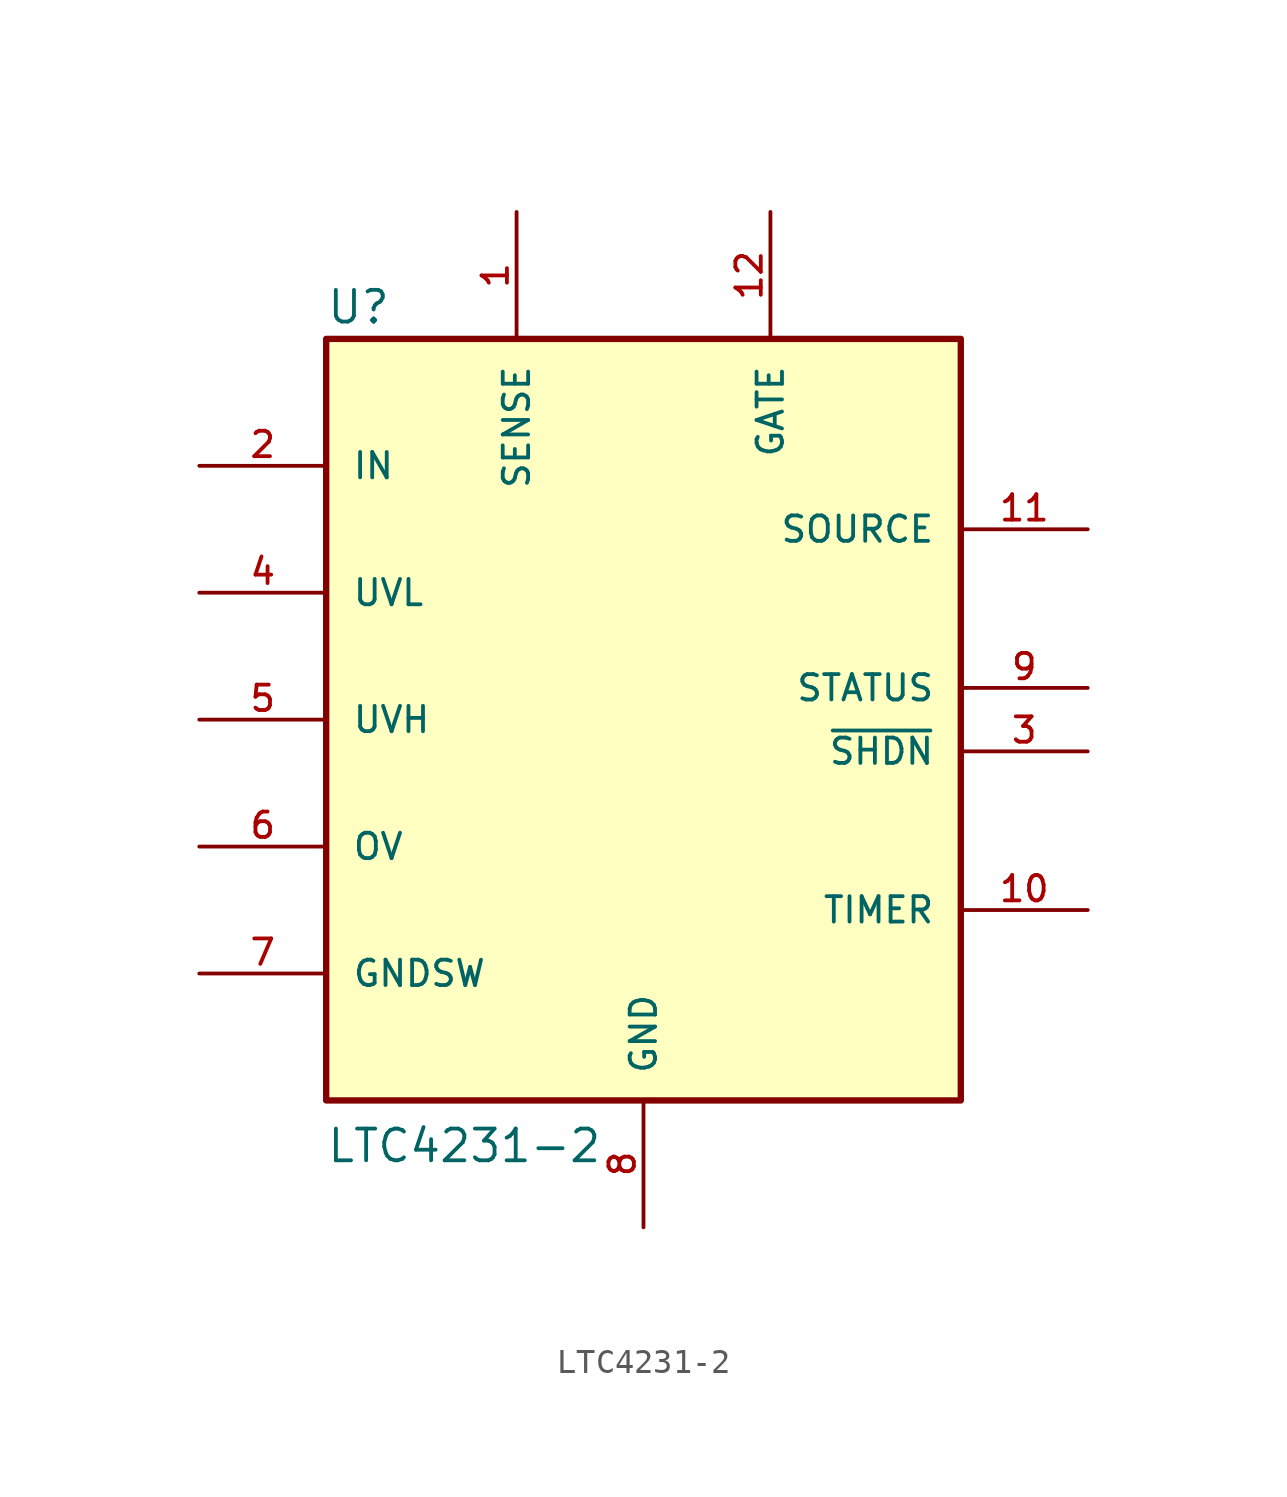
<source format=kicad_sym>
(kicad_symbol_lib
  (version 20220914)
  (generator kicad_symbol_editor)
  (symbol "LTC4231-2"
    (pin_names
      (offset 1.016))
    (property "Reference" "U"
      (at -12.717 15.769 0)
      (effects (font (size 1.27 1.27)) (justify left bottom)))
    (property "Value" "LTC4231-2"
      (at -12.714 -17.8 0)
      (effects (font (size 1.27 1.27)) (justify left bottom)))
    (symbol "LTC4231-2_0_0"
      (rectangle (start -12.7 15.24) (end 12.7 -15.24) (stroke (width 0.254) (type default)) (fill (type background)))
      (pin input line (at -5.08 20.32 270) (length 5.08) (name "SENSE" (effects (font (size 1.016 1.016)))) (number "1" (effects (font (size 1.016 1.016)))))
      (pin input line (at 17.78 -7.62 180) (length 5.08) (name "TIMER" (effects (font (size 1.016 1.016)))) (number "10" (effects (font (size 1.016 1.016)))))
      (pin bidirectional line (at 17.78 7.62 180) (length 5.08) (name "SOURCE" (effects (font (size 1.016 1.016)))) (number "11" (effects (font (size 1.016 1.016)))))
      (pin bidirectional line (at 5.08 20.32 270) (length 5.08) (name "GATE" (effects (font (size 1.016 1.016)))) (number "12" (effects (font (size 1.016 1.016)))))
      (pin input line (at -17.78 10.16 0) (length 5.08) (name "IN" (effects (font (size 1.016 1.016)))) (number "2" (effects (font (size 1.016 1.016)))))
      (pin input line (at 17.78 -1.27 180) (length 5.08) (name "~{SHDN}" (effects (font (size 1.016 1.016)))) (number "3" (effects (font (size 1.016 1.016)))))
      (pin input line (at -17.78 5.08 0) (length 5.08) (name "UVL" (effects (font (size 1.016 1.016)))) (number "4" (effects (font (size 1.016 1.016)))))
      (pin input line (at -17.78 0 0) (length 5.08) (name "UVH" (effects (font (size 1.016 1.016)))) (number "5" (effects (font (size 1.016 1.016)))))
      (pin input line (at -17.78 -5.08 0) (length 5.08) (name "OV" (effects (font (size 1.016 1.016)))) (number "6" (effects (font (size 1.016 1.016)))))
      (pin power_in line (at -17.78 -10.16 0) (length 5.08) (name "GNDSW" (effects (font (size 1.016 1.016)))) (number "7" (effects (font (size 1.016 1.016)))))
      (pin power_in line (at 0 -20.32 90) (length 5.08) (name "GND" (effects (font (size 1.016 1.016)))) (number "8" (effects (font (size 1.016 1.016)))))
      (pin output line (at 17.78 1.27 180) (length 5.08) (name "STATUS" (effects (font (size 1.016 1.016)))) (number "9" (effects (font (size 1.016 1.016))))))))
</source>
